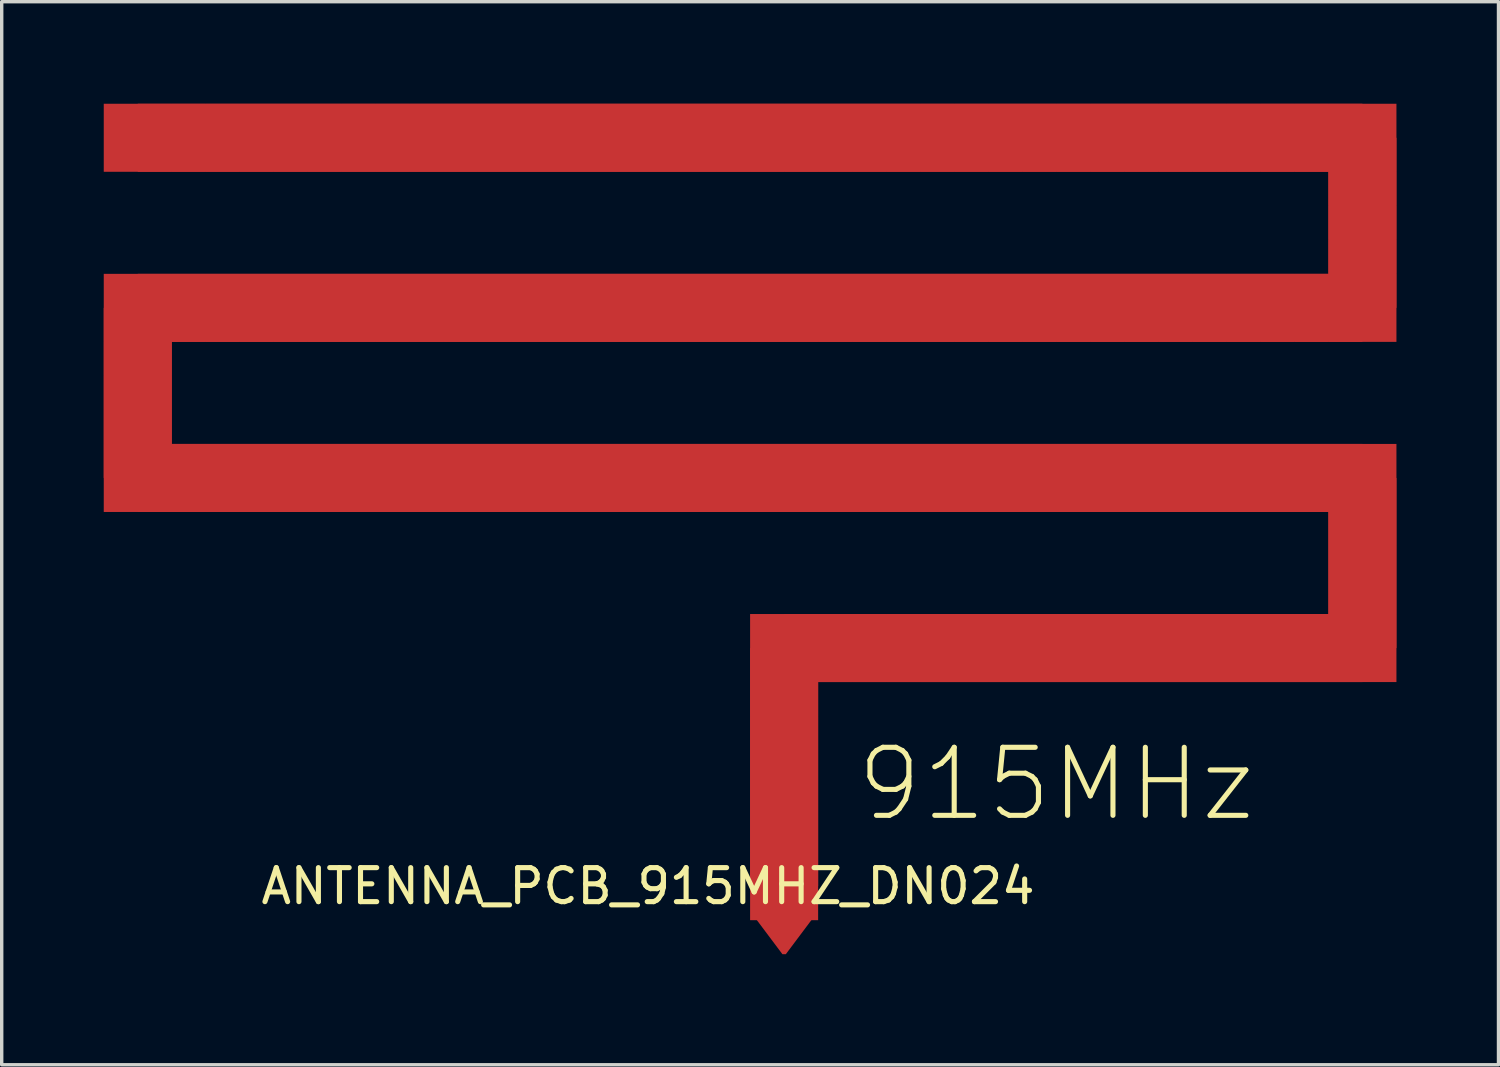
<source format=kicad_pcb>
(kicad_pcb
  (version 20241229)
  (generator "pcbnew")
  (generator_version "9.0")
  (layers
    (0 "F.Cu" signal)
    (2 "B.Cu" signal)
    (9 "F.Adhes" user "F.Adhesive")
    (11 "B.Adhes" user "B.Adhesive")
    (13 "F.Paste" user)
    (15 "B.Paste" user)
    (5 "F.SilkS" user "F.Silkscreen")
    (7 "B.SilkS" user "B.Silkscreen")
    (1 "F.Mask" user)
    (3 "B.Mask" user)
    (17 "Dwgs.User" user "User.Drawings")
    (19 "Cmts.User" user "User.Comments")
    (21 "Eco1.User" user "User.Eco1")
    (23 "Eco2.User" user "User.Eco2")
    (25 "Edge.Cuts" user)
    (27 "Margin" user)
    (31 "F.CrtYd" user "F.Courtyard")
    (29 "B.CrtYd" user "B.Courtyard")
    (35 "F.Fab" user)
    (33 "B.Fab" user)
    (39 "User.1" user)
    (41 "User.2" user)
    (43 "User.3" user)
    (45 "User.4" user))
  (footprint "ANTENNA_PCB_915MHZ_DN024"
    (layer "F.Cu")
    (at 20 25)
    (property "Reference" "ANTENNA_PCB_915MHZ_DN024" (at -4 -2 0) (layer "F.SilkS") (effects (font (size 1 1) (thickness 0.15))))
    (attr through_hole)
    (fp_text user "915MHz" (at 8 -5 0) (layer "F.SilkS") (effects (font (size 2 2) (thickness 0.15))))
    (pad "" smd rect (at -19 -24 180) (size 2 2) (layers "F.Cu"))
    (pad "" smd rect (at -19 -19 180) (size 2 2) (layers "F.Cu" "F.Mask" "F.Paste"))
    (pad "" smd rect (at -19 -18 180) (size 2 2) (layers "F.Cu" "F.Mask" "F.Paste"))
    (pad "" smd rect (at -19 -17 180) (size 2 2) (layers "F.Cu" "F.Mask" "F.Paste"))
    (pad "" smd rect (at -19 -16 180) (size 2 2) (layers "F.Cu" "F.Mask" "F.Paste"))
    (pad "" smd rect (at -19 -15 180) (size 2 2) (layers "F.Cu" "F.Mask" "F.Paste"))
    (pad "" smd rect (at -19 -14 180) (size 2 2) (layers "F.Cu" "F.Mask" "F.Paste"))
    (pad "" smd rect (at -18 -24 180) (size 2 2) (layers "F.Cu"))
    (pad "" smd rect (at -18 -19 180) (size 2 2) (layers "F.Cu" "F.Mask" "F.Paste"))
    (pad "" smd rect (at -18 -14 180) (size 2 2) (layers "F.Cu" "F.Mask" "F.Paste"))
    (pad "" smd rect (at -17 -24 180) (size 2 2) (layers "F.Cu"))
    (pad "" smd rect (at -17 -19 180) (size 2 2) (layers "F.Cu" "F.Mask" "F.Paste"))
    (pad "" smd rect (at -17 -14 180) (size 2 2) (layers "F.Cu" "F.Mask" "F.Paste"))
    (pad "" smd rect (at -16 -24 180) (size 2 2) (layers "F.Cu"))
    (pad "" smd rect (at -16 -19 180) (size 2 2) (layers "F.Cu" "F.Mask" "F.Paste"))
    (pad "" smd rect (at -16 -14 180) (size 2 2) (layers "F.Cu" "F.Mask" "F.Paste"))
    (pad "" smd rect (at -15 -24 180) (size 2 2) (layers "F.Cu" "F.Mask" "F.Paste"))
    (pad "" smd rect (at -15 -19 180) (size 2 2) (layers "F.Cu" "F.Mask" "F.Paste"))
    (pad "" smd rect (at -15 -14 180) (size 2 2) (layers "F.Cu" "F.Mask" "F.Paste"))
    (pad "" smd rect (at -14 -24 180) (size 2 2) (layers "F.Cu" "F.Mask" "F.Paste"))
    (pad "" smd rect (at -14 -19 180) (size 2 2) (layers "F.Cu" "F.Mask" "F.Paste"))
    (pad "" smd rect (at -14 -14 180) (size 2 2) (layers "F.Cu" "F.Mask" "F.Paste"))
    (pad "" smd rect (at -13 -24 180) (size 2 2) (layers "F.Cu" "F.Mask" "F.Paste"))
    (pad "" smd rect (at -13 -19 180) (size 2 2) (layers "F.Cu" "F.Mask" "F.Paste"))
    (pad "" smd rect (at -13 -14 180) (size 2 2) (layers "F.Cu" "F.Mask" "F.Paste"))
    (pad "" smd rect (at -12 -24 180) (size 2 2) (layers "F.Cu" "F.Mask" "F.Paste"))
    (pad "" smd rect (at -12 -19 180) (size 2 2) (layers "F.Cu" "F.Mask" "F.Paste"))
    (pad "" smd rect (at -12 -14 180) (size 2 2) (layers "F.Cu" "F.Mask" "F.Paste"))
    (pad "" smd rect (at -11 -24 180) (size 2 2) (layers "F.Cu" "F.Mask" "F.Paste"))
    (pad "" smd rect (at -11 -19 180) (size 2 2) (layers "F.Cu" "F.Mask" "F.Paste"))
    (pad "" smd rect (at -11 -14 180) (size 2 2) (layers "F.Cu" "F.Mask" "F.Paste"))
    (pad "" smd rect (at -10 -24 180) (size 2 2) (layers "F.Cu" "F.Mask" "F.Paste"))
    (pad "" smd rect (at -10 -19 180) (size 2 2) (layers "F.Cu" "F.Mask" "F.Paste"))
    (pad "" smd rect (at -10 -14 180) (size 2 2) (layers "F.Cu" "F.Mask" "F.Paste"))
    (pad "" smd rect (at -9 -24 180) (size 2 2) (layers "F.Cu" "F.Mask" "F.Paste"))
    (pad "" smd rect (at -9 -19 180) (size 2 2) (layers "F.Cu" "F.Mask" "F.Paste"))
    (pad "" smd rect (at -9 -14 180) (size 2 2) (layers "F.Cu" "F.Mask" "F.Paste"))
    (pad "" smd rect (at -8 -24 180) (size 2 2) (layers "F.Cu" "F.Mask" "F.Paste"))
    (pad "" smd rect (at -8 -19 180) (size 2 2) (layers "F.Cu" "F.Mask" "F.Paste"))
    (pad "" smd rect (at -8 -14 180) (size 2 2) (layers "F.Cu" "F.Mask" "F.Paste"))
    (pad "" smd rect (at -7 -24 180) (size 2 2) (layers "F.Cu" "F.Mask" "F.Paste"))
    (pad "" smd rect (at -7 -19 180) (size 2 2) (layers "F.Cu" "F.Mask" "F.Paste"))
    (pad "" smd rect (at -7 -14 180) (size 2 2) (layers "F.Cu" "F.Mask" "F.Paste"))
    (pad "" smd rect (at -6 -24 180) (size 2 2) (layers "F.Cu" "F.Mask" "F.Paste"))
    (pad "" smd rect (at -6 -19 180) (size 2 2) (layers "F.Cu" "F.Mask" "F.Paste"))
    (pad "" smd rect (at -6 -14 180) (size 2 2) (layers "F.Cu" "F.Mask" "F.Paste"))
    (pad "" smd rect (at -5 -24 180) (size 2 2) (layers "F.Cu" "F.Mask" "F.Paste"))
    (pad "" smd rect (at -5 -19 180) (size 2 2) (layers "F.Cu" "F.Mask" "F.Paste"))
    (pad "" smd rect (at -5 -14 180) (size 2 2) (layers "F.Cu" "F.Mask" "F.Paste"))
    (pad "" smd rect (at -4 -24 180) (size 2 2) (layers "F.Cu" "F.Mask" "F.Paste"))
    (pad "" smd rect (at -4 -19 180) (size 2 2) (layers "F.Cu" "F.Mask" "F.Paste"))
    (pad "" smd rect (at -4 -14 180) (size 2 2) (layers "F.Cu" "F.Mask" "F.Paste"))
    (pad "" smd rect (at -3 -24 180) (size 2 2) (layers "F.Cu" "F.Mask" "F.Paste"))
    (pad "" smd rect (at -3 -19 180) (size 2 2) (layers "F.Cu" "F.Mask" "F.Paste"))
    (pad "" smd rect (at -3 -14 180) (size 2 2) (layers "F.Cu" "F.Mask" "F.Paste"))
    (pad "" smd rect (at -2 -24 180) (size 2 2) (layers "F.Cu" "F.Mask" "F.Paste"))
    (pad "" smd rect (at -2 -19 180) (size 2 2) (layers "F.Cu" "F.Mask" "F.Paste"))
    (pad "" smd rect (at -2 -14 180) (size 2 2) (layers "F.Cu" "F.Mask" "F.Paste"))
    (pad "" smd rect (at -1 -24 180) (size 2 2) (layers "F.Cu" "F.Mask" "F.Paste"))
    (pad "" smd rect (at -1 -19 180) (size 2 2) (layers "F.Cu" "F.Mask" "F.Paste"))
    (pad "" smd rect (at -1 -14 180) (size 2 2) (layers "F.Cu" "F.Mask" "F.Paste"))
    (pad "" smd rect (at 0 -24) (size 2 2) (layers "F.Cu" "F.Mask" "F.Paste"))
    (pad "" smd rect (at 0 -19) (size 2 2) (layers "F.Cu" "F.Mask" "F.Paste"))
    (pad "" smd rect (at 0 -14) (size 2 2) (layers "F.Cu" "F.Mask" "F.Paste"))
    (pad "" smd rect (at 0 -9) (size 2 2) (layers "F.Cu" "F.Mask" "F.Paste"))
    (pad "" smd rect (at 0 -8) (size 2 2) (layers "F.Cu" "F.Mask" "F.Paste"))
    (pad "" smd rect (at 0 -7) (size 2 2) (layers "F.Cu" "F.Mask" "F.Paste"))
    (pad "" smd rect (at 0 -6) (size 2 2) (layers "F.Cu" "F.Mask" "F.Paste"))
    (pad "" smd rect (at 0 -5) (size 2 2) (layers "F.Cu" "F.Mask" "F.Paste"))
    (pad "" smd rect (at 0 -4) (size 2 2) (layers "F.Cu" "F.Mask" "F.Paste"))
    (pad "" smd rect (at 0 -3) (size 2 2) (layers "F.Cu" "F.Mask" "F.Paste"))
    (pad "" smd rect (at 0 -2) (size 2 2) (layers "F.Cu" "F.Mask" "F.Paste"))
    (pad "" smd rect (at 1 -24) (size 2 2) (layers "F.Cu" "F.Mask" "F.Paste"))
    (pad "" smd rect (at 1 -19) (size 2 2) (layers "F.Cu" "F.Mask" "F.Paste"))
    (pad "" smd rect (at 1 -14) (size 2 2) (layers "F.Cu" "F.Mask" "F.Paste"))
    (pad "" smd rect (at 1 -9) (size 2 2) (layers "F.Cu" "F.Mask" "F.Paste"))
    (pad "" smd rect (at 2 -24) (size 2 2) (layers "F.Cu" "F.Mask" "F.Paste"))
    (pad "" smd rect (at 2 -19) (size 2 2) (layers "F.Cu" "F.Mask" "F.Paste"))
    (pad "" smd rect (at 2 -14) (size 2 2) (layers "F.Cu" "F.Mask" "F.Paste"))
    (pad "" smd rect (at 2 -9) (size 2 2) (layers "F.Cu" "F.Mask" "F.Paste"))
    (pad "" smd rect (at 3 -24) (size 2 2) (layers "F.Cu" "F.Mask" "F.Paste"))
    (pad "" smd rect (at 3 -19) (size 2 2) (layers "F.Cu" "F.Mask" "F.Paste"))
    (pad "" smd rect (at 3 -14) (size 2 2) (layers "F.Cu" "F.Mask" "F.Paste"))
    (pad "" smd rect (at 3 -9) (size 2 2) (layers "F.Cu" "F.Mask" "F.Paste"))
    (pad "" smd rect (at 4 -24) (size 2 2) (layers "F.Cu" "F.Mask" "F.Paste"))
    (pad "" smd rect (at 4 -19) (size 2 2) (layers "F.Cu" "F.Mask" "F.Paste"))
    (pad "" smd rect (at 4 -14) (size 2 2) (layers "F.Cu" "F.Mask" "F.Paste"))
    (pad "" smd rect (at 4 -9) (size 2 2) (layers "F.Cu" "F.Mask" "F.Paste"))
    (pad "" smd rect (at 5 -24) (size 2 2) (layers "F.Cu" "F.Mask" "F.Paste"))
    (pad "" smd rect (at 5 -19) (size 2 2) (layers "F.Cu" "F.Mask" "F.Paste"))
    (pad "" smd rect (at 5 -14) (size 2 2) (layers "F.Cu" "F.Mask" "F.Paste"))
    (pad "" smd rect (at 5 -9) (size 2 2) (layers "F.Cu" "F.Mask" "F.Paste"))
    (pad "" smd rect (at 6 -24) (size 2 2) (layers "F.Cu" "F.Mask" "F.Paste"))
    (pad "" smd rect (at 6 -19) (size 2 2) (layers "F.Cu" "F.Mask" "F.Paste"))
    (pad "" smd rect (at 6 -14) (size 2 2) (layers "F.Cu" "F.Mask" "F.Paste"))
    (pad "" smd rect (at 6 -9) (size 2 2) (layers "F.Cu" "F.Mask" "F.Paste"))
    (pad "" smd rect (at 7 -24) (size 2 2) (layers "F.Cu" "F.Mask" "F.Paste"))
    (pad "" smd rect (at 7 -19) (size 2 2) (layers "F.Cu" "F.Mask" "F.Paste"))
    (pad "" smd rect (at 7 -14) (size 2 2) (layers "F.Cu" "F.Mask" "F.Paste"))
    (pad "" smd rect (at 7 -9) (size 2 2) (layers "F.Cu" "F.Mask" "F.Paste"))
    (pad "" smd rect (at 8 -24) (size 2 2) (layers "F.Cu" "F.Mask" "F.Paste"))
    (pad "" smd rect (at 8 -19) (size 2 2) (layers "F.Cu" "F.Mask" "F.Paste"))
    (pad "" smd rect (at 8 -14) (size 2 2) (layers "F.Cu" "F.Mask" "F.Paste"))
    (pad "" smd rect (at 8 -9) (size 2 2) (layers "F.Cu" "F.Mask" "F.Paste"))
    (pad "" smd rect (at 9 -24) (size 2 2) (layers "F.Cu" "F.Mask" "F.Paste"))
    (pad "" smd rect (at 9 -19) (size 2 2) (layers "F.Cu" "F.Mask" "F.Paste"))
    (pad "" smd rect (at 9 -14) (size 2 2) (layers "F.Cu" "F.Mask" "F.Paste"))
    (pad "" smd rect (at 9 -9) (size 2 2) (layers "F.Cu" "F.Mask" "F.Paste"))
    (pad "" smd rect (at 10 -24) (size 2 2) (layers "F.Cu" "F.Mask" "F.Paste"))
    (pad "" smd rect (at 10 -19) (size 2 2) (layers "F.Cu" "F.Mask" "F.Paste"))
    (pad "" smd rect (at 10 -14) (size 2 2) (layers "F.Cu" "F.Mask" "F.Paste"))
    (pad "" smd rect (at 10 -9) (size 2 2) (layers "F.Cu" "F.Mask" "F.Paste"))
    (pad "" smd rect (at 11 -24) (size 2 2) (layers "F.Cu" "F.Mask" "F.Paste"))
    (pad "" smd rect (at 11 -19) (size 2 2) (layers "F.Cu" "F.Mask" "F.Paste"))
    (pad "" smd rect (at 11 -14) (size 2 2) (layers "F.Cu" "F.Mask" "F.Paste"))
    (pad "" smd rect (at 11 -9) (size 2 2) (layers "F.Cu" "F.Mask" "F.Paste"))
    (pad "" smd rect (at 12 -24) (size 2 2) (layers "F.Cu" "F.Mask" "F.Paste"))
    (pad "" smd rect (at 12 -19) (size 2 2) (layers "F.Cu" "F.Mask" "F.Paste"))
    (pad "" smd rect (at 12 -14) (size 2 2) (layers "F.Cu" "F.Mask" "F.Paste"))
    (pad "" smd rect (at 12 -9) (size 2 2) (layers "F.Cu" "F.Mask" "F.Paste"))
    (pad "" smd rect (at 13 -24) (size 2 2) (layers "F.Cu" "F.Mask" "F.Paste"))
    (pad "" smd rect (at 13 -19) (size 2 2) (layers "F.Cu" "F.Mask" "F.Paste"))
    (pad "" smd rect (at 13 -14) (size 2 2) (layers "F.Cu" "F.Mask" "F.Paste"))
    (pad "" smd rect (at 13 -9) (size 2 2) (layers "F.Cu" "F.Mask" "F.Paste"))
    (pad "" smd rect (at 14 -24) (size 2 2) (layers "F.Cu" "F.Mask" "F.Paste"))
    (pad "" smd rect (at 14 -19) (size 2 2) (layers "F.Cu" "F.Mask" "F.Paste"))
    (pad "" smd rect (at 14 -14) (size 2 2) (layers "F.Cu" "F.Mask" "F.Paste"))
    (pad "" smd rect (at 14 -9) (size 2 2) (layers "F.Cu" "F.Mask" "F.Paste"))
    (pad "" smd rect (at 15 -24) (size 2 2) (layers "F.Cu" "F.Mask" "F.Paste"))
    (pad "" smd rect (at 15 -19) (size 2 2) (layers "F.Cu" "F.Mask" "F.Paste"))
    (pad "" smd rect (at 15 -14) (size 2 2) (layers "F.Cu" "F.Mask" "F.Paste"))
    (pad "" smd rect (at 15 -9) (size 2 2) (layers "F.Cu" "F.Mask" "F.Paste"))
    (pad "" smd rect (at 16 -24) (size 2 2) (layers "F.Cu" "F.Mask" "F.Paste"))
    (pad "" smd rect (at 16 -19) (size 2 2) (layers "F.Cu" "F.Mask" "F.Paste"))
    (pad "" smd rect (at 16 -14) (size 2 2) (layers "F.Cu" "F.Mask" "F.Paste"))
    (pad "" smd rect (at 16 -9) (size 2 2) (layers "F.Cu" "F.Mask" "F.Paste"))
    (pad "" smd rect (at 17 -24) (size 2 2) (layers "F.Cu" "F.Mask" "F.Paste"))
    (pad "" smd rect (at 17 -23) (size 2 2) (layers "F.Cu" "F.Mask" "F.Paste"))
    (pad "" smd rect (at 17 -22) (size 2 2) (layers "F.Cu" "F.Mask" "F.Paste"))
    (pad "" smd rect (at 17 -21) (size 2 2) (layers "F.Cu" "F.Mask" "F.Paste"))
    (pad "" smd rect (at 17 -20) (size 2 2) (layers "F.Cu" "F.Mask" "F.Paste"))
    (pad "" smd rect (at 17 -19) (size 2 2) (layers "F.Cu" "F.Mask" "F.Paste"))
    (pad "" smd rect (at 17 -14) (size 2 2) (layers "F.Cu" "F.Mask" "F.Paste"))
    (pad "" smd rect (at 17 -13) (size 2 2) (layers "F.Cu" "F.Mask" "F.Paste"))
    (pad "" smd rect (at 17 -12) (size 2 2) (layers "F.Cu" "F.Mask" "F.Paste"))
    (pad "" smd rect (at 17 -11) (size 2 2) (layers "F.Cu" "F.Mask" "F.Paste"))
    (pad "" smd rect (at 17 -10) (size 2 2) (layers "F.Cu" "F.Mask" "F.Paste"))
    (pad "" smd rect (at 17 -9) (size 2 2) (layers "F.Cu" "F.Mask" "F.Paste"))
    (pad "1" smd trapezoid (at 0 -0.6 180) (size 1 1.2) (rect_delta 0 0.9) (layers "F.Cu" "F.Mask" "F.Paste")))
  (gr_rect
    (start -3 -3)
    (end 41 28.25)
    (stroke (width 0.1) (type default))
    (fill no)
    (layer "Edge.Cuts")))
</source>
